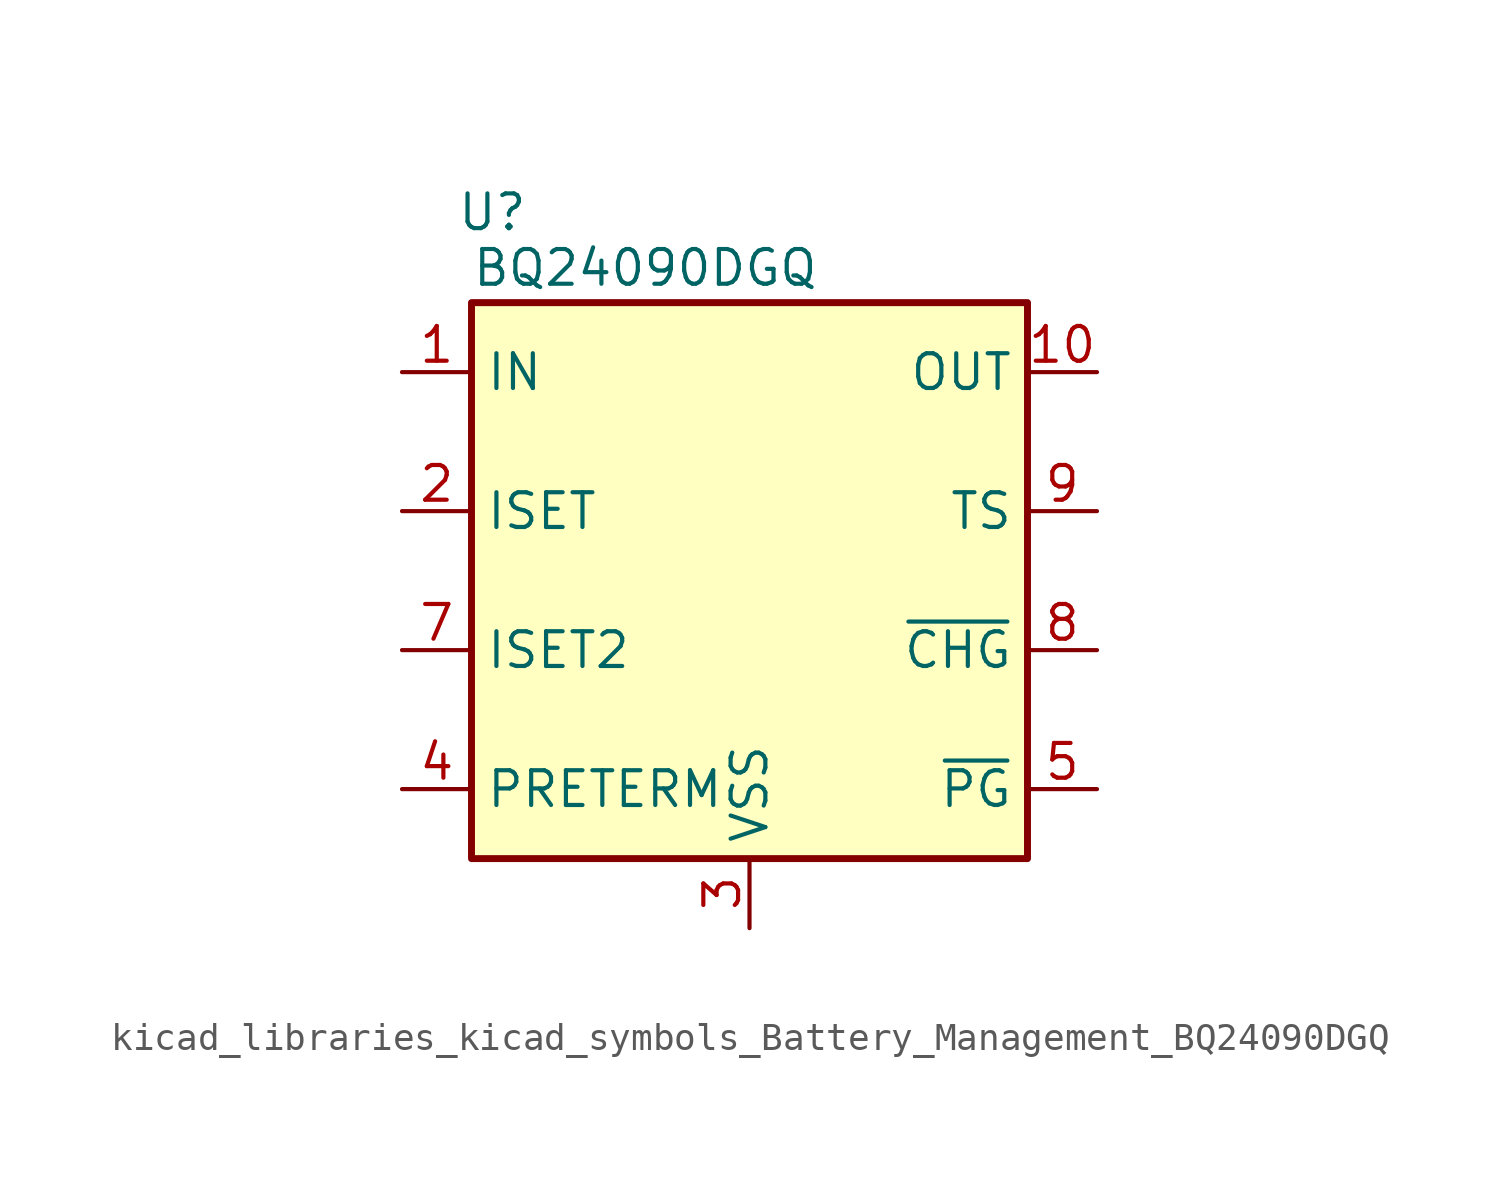
<source format=kicad_sym>
(kicad_symbol_lib
  (version 20220914)
  (generator kicad_symbol_editor)
  (symbol "kicad_libraries_kicad_symbols_Battery_Management_BQ24090DGQ"
    (property "Reference" "U"
      (at -9.398 13.462 0)
      (effects (font (size 1.27 1.27))))
    (property "Value" "BQ24090DGQ"
      (at -3.81 11.43 0)
      (effects (font (size 1.27 1.27))))
    (symbol "kicad_libraries_kicad_symbols_Battery_Management_BQ24090DGQ_0_1"
      (rectangle (start -10.16 10.16) (end 10.16 -10.16) (stroke (width 0.254) (type default)) (fill (type background))))
    (symbol "kicad_libraries_kicad_symbols_Battery_Management_BQ24090DGQ_1_1"
      (pin power_in line (at -12.7 7.62 0) (length 2.54) (name "IN" (effects (font (size 1.27 1.27)))) (number "1" (effects (font (size 1.27 1.27)))))
      (pin power_out line (at 12.7 7.62 180) (length 2.54) (name "OUT" (effects (font (size 1.27 1.27)))) (number "10" (effects (font (size 1.27 1.27)))))
      (pin passive line (at 0 -12.7 90) (length 2.54) hide (name "VSS" (effects (font (size 1.27 1.27)))) (number "11" (effects (font (size 1.27 1.27)))))
      (pin passive line (at -12.7 2.54 0) (length 2.54) (name "ISET" (effects (font (size 1.27 1.27)))) (number "2" (effects (font (size 1.27 1.27)))))
      (pin power_in line (at 0 -12.7 90) (length 2.54) (name "VSS" (effects (font (size 1.27 1.27)))) (number "3" (effects (font (size 1.27 1.27)))))
      (pin passive line (at -12.7 -7.62 0) (length 2.54) (name "PRETERM" (effects (font (size 1.27 1.27)))) (number "4" (effects (font (size 1.27 1.27)))))
      (pin open_collector line (at 12.7 -7.62 180) (length 2.54) (name "~{PG}" (effects (font (size 1.27 1.27)))) (number "5" (effects (font (size 1.27 1.27)))))
      (pin no_connect line (at 5.08 -10.16 90) (length 2.54) hide (name "NC" (effects (font (size 1.27 1.27)))) (number "6" (effects (font (size 1.27 1.27)))))
      (pin passive line (at -12.7 -2.54 0) (length 2.54) (name "ISET2" (effects (font (size 1.27 1.27)))) (number "7" (effects (font (size 1.27 1.27)))))
      (pin open_collector line (at 12.7 -2.54 180) (length 2.54) (name "~{CHG}" (effects (font (size 1.27 1.27)))) (number "8" (effects (font (size 1.27 1.27)))))
      (pin passive line (at 12.7 2.54 180) (length 2.54) (name "TS" (effects (font (size 1.27 1.27)))) (number "9" (effects (font (size 1.27 1.27))))))))
</source>
